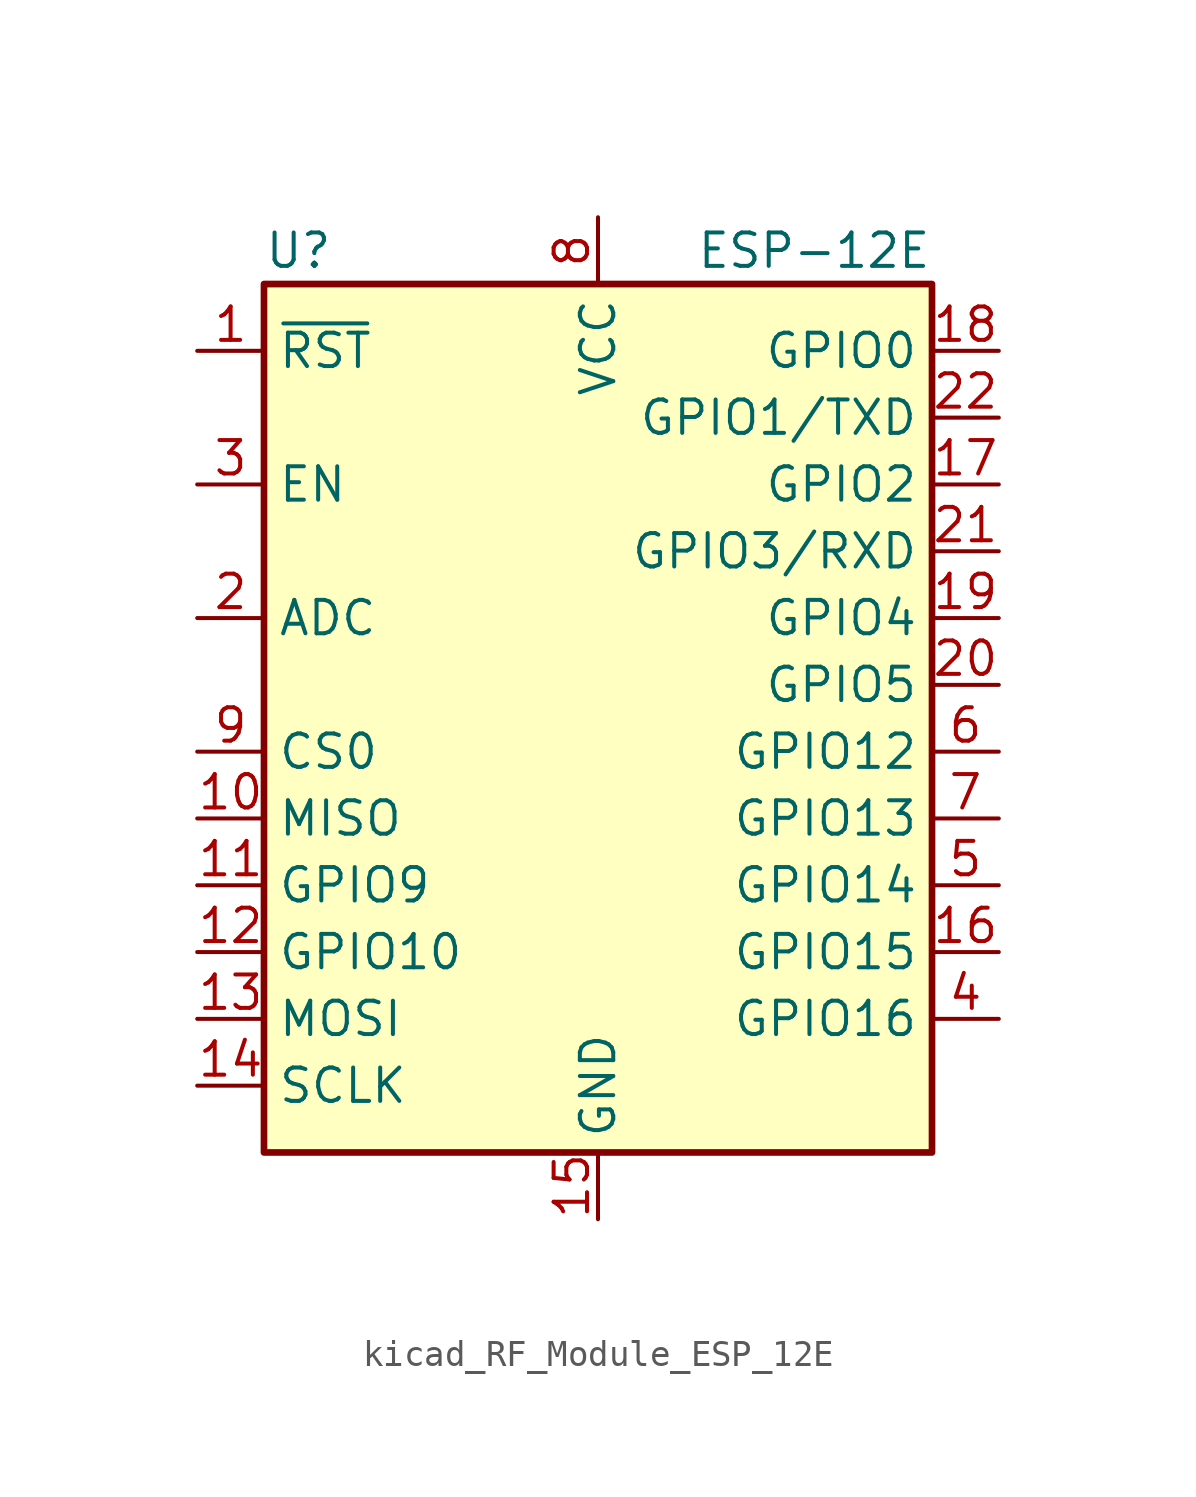
<source format=kicad_sym>
(kicad_symbol_lib
  (version 20220914)
  (generator kicad_symbol_editor)
  (symbol "kicad_RF_Module_ESP_12E"
    (property "Reference" "U"
      (at -12.7 19.05 0)
      (effects (font (size 1.27 1.27)) (justify left)))
    (property "Value" "ESP-12E"
      (at 12.7 19.05 0)
      (effects (font (size 1.27 1.27)) (justify right)))
    (symbol "kicad_RF_Module_ESP_12E_0_1"
      (rectangle (start -12.7 17.78) (end 12.7 -15.24) (stroke (width 0.254) (type default)) (fill (type background))))
    (symbol "kicad_RF_Module_ESP_12E_1_1"
      (pin input line (at -15.24 15.24 0) (length 2.54) (name "~{RST}" (effects (font (size 1.27 1.27)))) (number "1" (effects (font (size 1.27 1.27)))))
      (pin bidirectional line (at -15.24 -2.54 0) (length 2.54) (name "MISO" (effects (font (size 1.27 1.27)))) (number "10" (effects (font (size 1.27 1.27)))))
      (pin bidirectional line (at -15.24 -5.08 0) (length 2.54) (name "GPIO9" (effects (font (size 1.27 1.27)))) (number "11" (effects (font (size 1.27 1.27)))))
      (pin bidirectional line (at -15.24 -7.62 0) (length 2.54) (name "GPIO10" (effects (font (size 1.27 1.27)))) (number "12" (effects (font (size 1.27 1.27)))))
      (pin bidirectional line (at -15.24 -10.16 0) (length 2.54) (name "MOSI" (effects (font (size 1.27 1.27)))) (number "13" (effects (font (size 1.27 1.27)))))
      (pin bidirectional line (at -15.24 -12.7 0) (length 2.54) (name "SCLK" (effects (font (size 1.27 1.27)))) (number "14" (effects (font (size 1.27 1.27)))))
      (pin power_in line (at 0 -17.78 90) (length 2.54) (name "GND" (effects (font (size 1.27 1.27)))) (number "15" (effects (font (size 1.27 1.27)))))
      (pin bidirectional line (at 15.24 -7.62 180) (length 2.54) (name "GPIO15" (effects (font (size 1.27 1.27)))) (number "16" (effects (font (size 1.27 1.27)))))
      (pin bidirectional line (at 15.24 10.16 180) (length 2.54) (name "GPIO2" (effects (font (size 1.27 1.27)))) (number "17" (effects (font (size 1.27 1.27)))))
      (pin bidirectional line (at 15.24 15.24 180) (length 2.54) (name "GPIO0" (effects (font (size 1.27 1.27)))) (number "18" (effects (font (size 1.27 1.27)))))
      (pin bidirectional line (at 15.24 5.08 180) (length 2.54) (name "GPIO4" (effects (font (size 1.27 1.27)))) (number "19" (effects (font (size 1.27 1.27)))))
      (pin input line (at -15.24 5.08 0) (length 2.54) (name "ADC" (effects (font (size 1.27 1.27)))) (number "2" (effects (font (size 1.27 1.27)))))
      (pin bidirectional line (at 15.24 2.54 180) (length 2.54) (name "GPIO5" (effects (font (size 1.27 1.27)))) (number "20" (effects (font (size 1.27 1.27)))))
      (pin bidirectional line (at 15.24 7.62 180) (length 2.54) (name "GPIO3/RXD" (effects (font (size 1.27 1.27)))) (number "21" (effects (font (size 1.27 1.27)))))
      (pin bidirectional line (at 15.24 12.7 180) (length 2.54) (name "GPIO1/TXD" (effects (font (size 1.27 1.27)))) (number "22" (effects (font (size 1.27 1.27)))))
      (pin input line (at -15.24 10.16 0) (length 2.54) (name "EN" (effects (font (size 1.27 1.27)))) (number "3" (effects (font (size 1.27 1.27)))))
      (pin bidirectional line (at 15.24 -10.16 180) (length 2.54) (name "GPIO16" (effects (font (size 1.27 1.27)))) (number "4" (effects (font (size 1.27 1.27)))))
      (pin bidirectional line (at 15.24 -5.08 180) (length 2.54) (name "GPIO14" (effects (font (size 1.27 1.27)))) (number "5" (effects (font (size 1.27 1.27)))))
      (pin bidirectional line (at 15.24 0 180) (length 2.54) (name "GPIO12" (effects (font (size 1.27 1.27)))) (number "6" (effects (font (size 1.27 1.27)))))
      (pin bidirectional line (at 15.24 -2.54 180) (length 2.54) (name "GPIO13" (effects (font (size 1.27 1.27)))) (number "7" (effects (font (size 1.27 1.27)))))
      (pin power_in line (at 0 20.32 270) (length 2.54) (name "VCC" (effects (font (size 1.27 1.27)))) (number "8" (effects (font (size 1.27 1.27)))))
      (pin input line (at -15.24 0 0) (length 2.54) (name "CS0" (effects (font (size 1.27 1.27)))) (number "9" (effects (font (size 1.27 1.27))))))))
</source>
